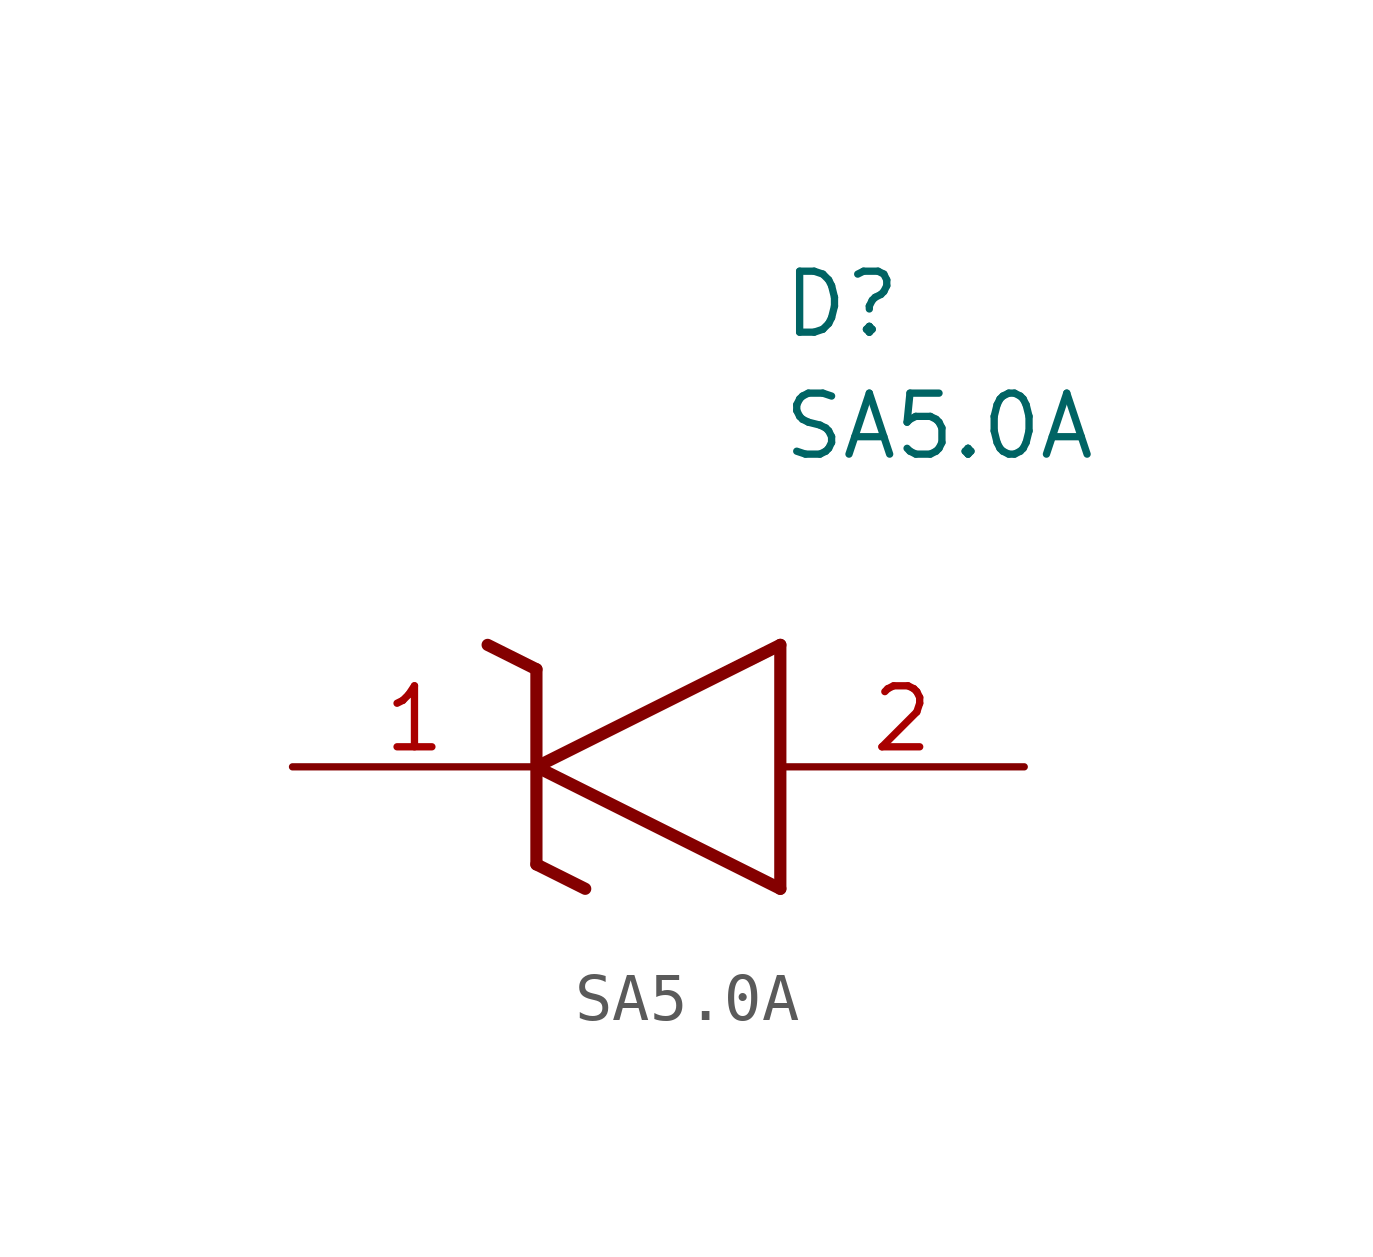
<source format=kicad_sym>
(kicad_symbol_lib
  (version 20211014)
  (generator SamacSys_ECAD_Model)
  (symbol "SA5.0A"
    (pin_names hide)
    (property "Reference" "D"
      (at 10.16 8.89 0)
      (effects (font (size 1.27 1.27)) (justify left bottom)))
    (property "Value" "SA5.0A"
      (at 10.16 6.35 0)
      (effects (font (size 1.27 1.27)) (justify left bottom)))
    (polyline
      (pts (xy 5.08 0) (xy 10.16 2.54))
      (stroke (width 0.254) (type default))
      (fill (type none)))
    (polyline
      (pts (xy 10.16 -2.54) (xy 10.16 2.54))
      (stroke (width 0.254) (type default))
      (fill (type none)))
    (polyline
      (pts (xy 10.16 -2.54) (xy 5.08 0))
      (stroke (width 0.254) (type default))
      (fill (type none)))
    (polyline
      (pts (xy 5.08 -2.032) (xy 6.096 -2.54))
      (stroke (width 0.254) (type default))
      (fill (type none)))
    (polyline
      (pts (xy 5.08 -2.032) (xy 5.08 2.032))
      (stroke (width 0.254) (type default))
      (fill (type none)))
    (polyline
      (pts (xy 4.064 2.54) (xy 5.08 2.032))
      (stroke (width 0.254) (type default))
      (fill (type none)))
    (pin passive line
      (at 0 0 0)
      (length 5.08)
      (name "K" (effects (font (size 1.27 1.27))))
      (number "1" (effects (font (size 1.27 1.27)))))
    (pin passive line
      (at 15.24 0 180)
      (length 5.08)
      (name "A" (effects (font (size 1.27 1.27))))
      (number "2" (effects (font (size 1.27 1.27)))))))
</source>
